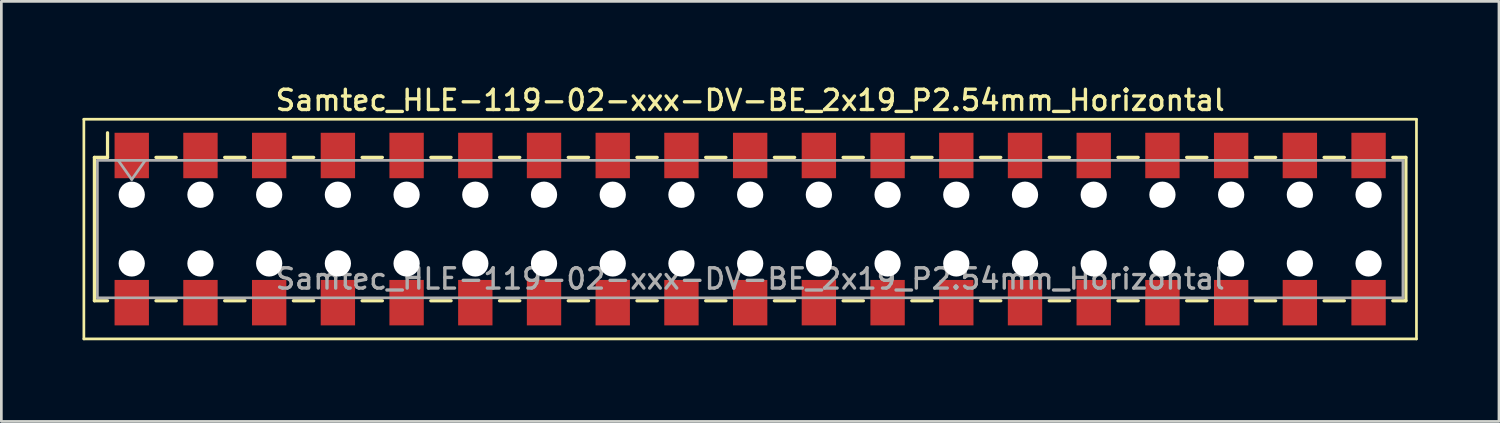
<source format=kicad_pcb>
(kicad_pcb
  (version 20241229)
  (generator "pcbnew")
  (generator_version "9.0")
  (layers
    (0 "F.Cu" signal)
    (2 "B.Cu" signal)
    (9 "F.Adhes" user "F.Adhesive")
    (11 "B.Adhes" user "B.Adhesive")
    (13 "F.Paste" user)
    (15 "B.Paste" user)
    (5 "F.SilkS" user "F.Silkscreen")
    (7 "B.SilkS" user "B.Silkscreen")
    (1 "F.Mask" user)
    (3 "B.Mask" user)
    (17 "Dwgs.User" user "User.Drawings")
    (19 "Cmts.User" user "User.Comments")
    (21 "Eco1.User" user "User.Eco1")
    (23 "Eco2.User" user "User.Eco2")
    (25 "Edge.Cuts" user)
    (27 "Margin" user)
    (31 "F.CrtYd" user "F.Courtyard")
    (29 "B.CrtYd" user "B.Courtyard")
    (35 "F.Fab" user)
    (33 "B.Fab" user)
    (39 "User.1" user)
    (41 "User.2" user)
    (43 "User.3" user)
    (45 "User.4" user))
  (footprint "Samtec_HLE-119-02-xxx-DV-BE_2x19_P2.54mm_Horizontal"
    (layer "F.Cu")
    (at 24.68 5.418)
    (property "Reference" "Samtec_HLE-119-02-xxx-DV-BE_2x19_P2.54mm_Horizontal" (at 0 -4.76 0) (layer "F.SilkS") (effects (font (size 0.75 0.75) (thickness 0.125))))
    (attr smd)
    (fp_line (start -24.63 -4.06) (end 24.63 -4.06) (stroke (width 0.1) (type solid)) (layer "F.SilkS"))
    (fp_line (start -24.63 4.06) (end -24.63 -4.06) (stroke (width 0.1) (type solid)) (layer "F.SilkS"))
    (fp_line (start -24.24 -2.65) (end -24.24 2.65) (stroke (width 0.12) (type solid)) (layer "F.SilkS"))
    (fp_line (start -24.24 2.65) (end -23.755 2.65) (stroke (width 0.12) (type solid)) (layer "F.SilkS"))
    (fp_line (start -23.755 -3.56) (end -23.755 -2.65) (stroke (width 0.12) (type solid)) (layer "F.SilkS"))
    (fp_line (start -23.755 -2.65) (end -24.24 -2.65) (stroke (width 0.12) (type solid)) (layer "F.SilkS"))
    (fp_line (start -21.965 -2.65) (end -21.215 -2.65) (stroke (width 0.12) (type solid)) (layer "F.SilkS"))
    (fp_line (start -21.965 2.65) (end -21.215 2.65) (stroke (width 0.12) (type solid)) (layer "F.SilkS"))
    (fp_line (start -19.425 -2.65) (end -18.675 -2.65) (stroke (width 0.12) (type solid)) (layer "F.SilkS"))
    (fp_line (start -19.425 2.65) (end -18.675 2.65) (stroke (width 0.12) (type solid)) (layer "F.SilkS"))
    (fp_line (start -16.885 -2.65) (end -16.135 -2.65) (stroke (width 0.12) (type solid)) (layer "F.SilkS"))
    (fp_line (start -16.885 2.65) (end -16.135 2.65) (stroke (width 0.12) (type solid)) (layer "F.SilkS"))
    (fp_line (start -14.345 -2.65) (end -13.595 -2.65) (stroke (width 0.12) (type solid)) (layer "F.SilkS"))
    (fp_line (start -14.345 2.65) (end -13.595 2.65) (stroke (width 0.12) (type solid)) (layer "F.SilkS"))
    (fp_line (start -11.805 -2.65) (end -11.055 -2.65) (stroke (width 0.12) (type solid)) (layer "F.SilkS"))
    (fp_line (start -11.805 2.65) (end -11.055 2.65) (stroke (width 0.12) (type solid)) (layer "F.SilkS"))
    (fp_line (start -9.265 -2.65) (end -8.515 -2.65) (stroke (width 0.12) (type solid)) (layer "F.SilkS"))
    (fp_line (start -9.265 2.65) (end -8.515 2.65) (stroke (width 0.12) (type solid)) (layer "F.SilkS"))
    (fp_line (start -6.725 -2.65) (end -5.975 -2.65) (stroke (width 0.12) (type solid)) (layer "F.SilkS"))
    (fp_line (start -6.725 2.65) (end -5.975 2.65) (stroke (width 0.12) (type solid)) (layer "F.SilkS"))
    (fp_line (start -4.185 -2.65) (end -3.435 -2.65) (stroke (width 0.12) (type solid)) (layer "F.SilkS"))
    (fp_line (start -4.185 2.65) (end -3.435 2.65) (stroke (width 0.12) (type solid)) (layer "F.SilkS"))
    (fp_line (start -1.645 -2.65) (end -0.895 -2.65) (stroke (width 0.12) (type solid)) (layer "F.SilkS"))
    (fp_line (start -1.645 2.65) (end -0.895 2.65) (stroke (width 0.12) (type solid)) (layer "F.SilkS"))
    (fp_line (start 0.895 -2.65) (end 1.645 -2.65) (stroke (width 0.12) (type solid)) (layer "F.SilkS"))
    (fp_line (start 0.895 2.65) (end 1.645 2.65) (stroke (width 0.12) (type solid)) (layer "F.SilkS"))
    (fp_line (start 3.435 -2.65) (end 4.185 -2.65) (stroke (width 0.12) (type solid)) (layer "F.SilkS"))
    (fp_line (start 3.435 2.65) (end 4.185 2.65) (stroke (width 0.12) (type solid)) (layer "F.SilkS"))
    (fp_line (start 5.975 -2.65) (end 6.725 -2.65) (stroke (width 0.12) (type solid)) (layer "F.SilkS"))
    (fp_line (start 5.975 2.65) (end 6.725 2.65) (stroke (width 0.12) (type solid)) (layer "F.SilkS"))
    (fp_line (start 8.515 -2.65) (end 9.265 -2.65) (stroke (width 0.12) (type solid)) (layer "F.SilkS"))
    (fp_line (start 8.515 2.65) (end 9.265 2.65) (stroke (width 0.12) (type solid)) (layer "F.SilkS"))
    (fp_line (start 11.055 -2.65) (end 11.805 -2.65) (stroke (width 0.12) (type solid)) (layer "F.SilkS"))
    (fp_line (start 11.055 2.65) (end 11.805 2.65) (stroke (width 0.12) (type solid)) (layer "F.SilkS"))
    (fp_line (start 13.595 -2.65) (end 14.345 -2.65) (stroke (width 0.12) (type solid)) (layer "F.SilkS"))
    (fp_line (start 13.595 2.65) (end 14.345 2.65) (stroke (width 0.12) (type solid)) (layer "F.SilkS"))
    (fp_line (start 16.135 -2.65) (end 16.885 -2.65) (stroke (width 0.12) (type solid)) (layer "F.SilkS"))
    (fp_line (start 16.135 2.65) (end 16.885 2.65) (stroke (width 0.12) (type solid)) (layer "F.SilkS"))
    (fp_line (start 18.675 -2.65) (end 19.425 -2.65) (stroke (width 0.12) (type solid)) (layer "F.SilkS"))
    (fp_line (start 18.675 2.65) (end 19.425 2.65) (stroke (width 0.12) (type solid)) (layer "F.SilkS"))
    (fp_line (start 21.215 -2.65) (end 21.965 -2.65) (stroke (width 0.12) (type solid)) (layer "F.SilkS"))
    (fp_line (start 21.215 2.65) (end 21.965 2.65) (stroke (width 0.12) (type solid)) (layer "F.SilkS"))
    (fp_line (start 23.755 -2.65) (end 24.24 -2.65) (stroke (width 0.12) (type solid)) (layer "F.SilkS"))
    (fp_line (start 24.24 -2.65) (end 24.24 2.65) (stroke (width 0.12) (type solid)) (layer "F.SilkS"))
    (fp_line (start 24.24 2.65) (end 23.755 2.65) (stroke (width 0.12) (type solid)) (layer "F.SilkS"))
    (fp_line (start 24.63 -4.06) (end 24.63 4.06) (stroke (width 0.1) (type solid)) (layer "F.SilkS"))
    (fp_line (start 24.63 4.06) (end -24.63 4.06) (stroke (width 0.1) (type solid)) (layer "F.SilkS"))
    (fp_line (start -24.13 -2.54) (end 24.13 -2.54) (stroke (width 0.1) (type solid)) (layer "F.Fab"))
    (fp_line (start -24.13 2.54) (end -24.13 -2.54) (stroke (width 0.1) (type solid)) (layer "F.Fab"))
    (fp_line (start -23.36 -2.54) (end -22.86 -1.833) (stroke (width 0.1) (type solid)) (layer "F.Fab"))
    (fp_line (start -22.86 -1.833) (end -22.36 -2.54) (stroke (width 0.1) (type solid)) (layer "F.Fab"))
    (fp_line (start 24.13 -2.54) (end 24.13 2.54) (stroke (width 0.1) (type solid)) (layer "F.Fab"))
    (fp_line (start 24.13 2.54) (end -24.13 2.54) (stroke (width 0.1) (type solid)) (layer "F.Fab"))
    (fp_text user "${REFERENCE}" (at 0 1.84 0) (layer "F.Fab") (effects (font (size 0.75 0.75) (thickness 0.125))))
    (pad "" np_thru_hole circle (at -22.86 -1.27) (size 0.97 0.97) (drill 0.97) (layers "*.Cu" "*.Mask"))
    (pad "" np_thru_hole circle (at -22.86 1.27) (size 0.97 0.97) (drill 0.97) (layers "*.Cu" "*.Mask"))
    (pad "" np_thru_hole circle (at -20.32 -1.27) (size 0.97 0.97) (drill 0.97) (layers "*.Cu" "*.Mask"))
    (pad "" np_thru_hole circle (at -20.32 1.27) (size 0.97 0.97) (drill 0.97) (layers "*.Cu" "*.Mask"))
    (pad "" np_thru_hole circle (at -17.78 -1.27) (size 0.97 0.97) (drill 0.97) (layers "*.Cu" "*.Mask"))
    (pad "" np_thru_hole circle (at -17.78 1.27) (size 0.97 0.97) (drill 0.97) (layers "*.Cu" "*.Mask"))
    (pad "" np_thru_hole circle (at -15.24 -1.27) (size 0.97 0.97) (drill 0.97) (layers "*.Cu" "*.Mask"))
    (pad "" np_thru_hole circle (at -15.24 1.27) (size 0.97 0.97) (drill 0.97) (layers "*.Cu" "*.Mask"))
    (pad "" np_thru_hole circle (at -12.7 -1.27) (size 0.97 0.97) (drill 0.97) (layers "*.Cu" "*.Mask"))
    (pad "" np_thru_hole circle (at -12.7 1.27) (size 0.97 0.97) (drill 0.97) (layers "*.Cu" "*.Mask"))
    (pad "" np_thru_hole circle (at -10.16 -1.27) (size 0.97 0.97) (drill 0.97) (layers "*.Cu" "*.Mask"))
    (pad "" np_thru_hole circle (at -10.16 1.27) (size 0.97 0.97) (drill 0.97) (layers "*.Cu" "*.Mask"))
    (pad "" np_thru_hole circle (at -7.62 -1.27) (size 0.97 0.97) (drill 0.97) (layers "*.Cu" "*.Mask"))
    (pad "" np_thru_hole circle (at -7.62 1.27) (size 0.97 0.97) (drill 0.97) (layers "*.Cu" "*.Mask"))
    (pad "" np_thru_hole circle (at -5.08 -1.27) (size 0.97 0.97) (drill 0.97) (layers "*.Cu" "*.Mask"))
    (pad "" np_thru_hole circle (at -5.08 1.27) (size 0.97 0.97) (drill 0.97) (layers "*.Cu" "*.Mask"))
    (pad "" np_thru_hole circle (at -2.54 -1.27) (size 0.97 0.97) (drill 0.97) (layers "*.Cu" "*.Mask"))
    (pad "" np_thru_hole circle (at -2.54 1.27) (size 0.97 0.97) (drill 0.97) (layers "*.Cu" "*.Mask"))
    (pad "" np_thru_hole circle (at 0 -1.27) (size 0.97 0.97) (drill 0.97) (layers "*.Cu" "*.Mask"))
    (pad "" np_thru_hole circle (at 0 1.27) (size 0.97 0.97) (drill 0.97) (layers "*.Cu" "*.Mask"))
    (pad "" np_thru_hole circle (at 2.54 -1.27) (size 0.97 0.97) (drill 0.97) (layers "*.Cu" "*.Mask"))
    (pad "" np_thru_hole circle (at 2.54 1.27) (size 0.97 0.97) (drill 0.97) (layers "*.Cu" "*.Mask"))
    (pad "" np_thru_hole circle (at 5.08 -1.27) (size 0.97 0.97) (drill 0.97) (layers "*.Cu" "*.Mask"))
    (pad "" np_thru_hole circle (at 5.08 1.27) (size 0.97 0.97) (drill 0.97) (layers "*.Cu" "*.Mask"))
    (pad "" np_thru_hole circle (at 7.62 -1.27) (size 0.97 0.97) (drill 0.97) (layers "*.Cu" "*.Mask"))
    (pad "" np_thru_hole circle (at 7.62 1.27) (size 0.97 0.97) (drill 0.97) (layers "*.Cu" "*.Mask"))
    (pad "" np_thru_hole circle (at 10.16 -1.27) (size 0.97 0.97) (drill 0.97) (layers "*.Cu" "*.Mask"))
    (pad "" np_thru_hole circle (at 10.16 1.27) (size 0.97 0.97) (drill 0.97) (layers "*.Cu" "*.Mask"))
    (pad "" np_thru_hole circle (at 12.7 -1.27) (size 0.97 0.97) (drill 0.97) (layers "*.Cu" "*.Mask"))
    (pad "" np_thru_hole circle (at 12.7 1.27) (size 0.97 0.97) (drill 0.97) (layers "*.Cu" "*.Mask"))
    (pad "" np_thru_hole circle (at 15.24 -1.27) (size 0.97 0.97) (drill 0.97) (layers "*.Cu" "*.Mask"))
    (pad "" np_thru_hole circle (at 15.24 1.27) (size 0.97 0.97) (drill 0.97) (layers "*.Cu" "*.Mask"))
    (pad "" np_thru_hole circle (at 17.78 -1.27) (size 0.97 0.97) (drill 0.97) (layers "*.Cu" "*.Mask"))
    (pad "" np_thru_hole circle (at 17.78 1.27) (size 0.97 0.97) (drill 0.97) (layers "*.Cu" "*.Mask"))
    (pad "" np_thru_hole circle (at 20.32 -1.27) (size 0.97 0.97) (drill 0.97) (layers "*.Cu" "*.Mask"))
    (pad "" np_thru_hole circle (at 20.32 1.27) (size 0.97 0.97) (drill 0.97) (layers "*.Cu" "*.Mask"))
    (pad "" np_thru_hole circle (at 22.86 -1.27) (size 0.97 0.97) (drill 0.97) (layers "*.Cu" "*.Mask"))
    (pad "" np_thru_hole circle (at 22.86 1.27) (size 0.97 0.97) (drill 0.97) (layers "*.Cu" "*.Mask"))
    (pad "1" smd rect (at -22.86 -2.72) (size 1.27 1.68) (layers "F.Cu" "F.Mask" "F.Paste"))
    (pad "2" smd rect (at -22.86 2.72) (size 1.27 1.68) (layers "F.Cu" "F.Mask" "F.Paste"))
    (pad "3" smd rect (at -20.32 -2.72) (size 1.27 1.68) (layers "F.Cu" "F.Mask" "F.Paste"))
    (pad "4" smd rect (at -20.32 2.72) (size 1.27 1.68) (layers "F.Cu" "F.Mask" "F.Paste"))
    (pad "5" smd rect (at -17.78 -2.72) (size 1.27 1.68) (layers "F.Cu" "F.Mask" "F.Paste"))
    (pad "6" smd rect (at -17.78 2.72) (size 1.27 1.68) (layers "F.Cu" "F.Mask" "F.Paste"))
    (pad "7" smd rect (at -15.24 -2.72) (size 1.27 1.68) (layers "F.Cu" "F.Mask" "F.Paste"))
    (pad "8" smd rect (at -15.24 2.72) (size 1.27 1.68) (layers "F.Cu" "F.Mask" "F.Paste"))
    (pad "9" smd rect (at -12.7 -2.72) (size 1.27 1.68) (layers "F.Cu" "F.Mask" "F.Paste"))
    (pad "10" smd rect (at -12.7 2.72) (size 1.27 1.68) (layers "F.Cu" "F.Mask" "F.Paste"))
    (pad "11" smd rect (at -10.16 -2.72) (size 1.27 1.68) (layers "F.Cu" "F.Mask" "F.Paste"))
    (pad "12" smd rect (at -10.16 2.72) (size 1.27 1.68) (layers "F.Cu" "F.Mask" "F.Paste"))
    (pad "13" smd rect (at -7.62 -2.72) (size 1.27 1.68) (layers "F.Cu" "F.Mask" "F.Paste"))
    (pad "14" smd rect (at -7.62 2.72) (size 1.27 1.68) (layers "F.Cu" "F.Mask" "F.Paste"))
    (pad "15" smd rect (at -5.08 -2.72) (size 1.27 1.68) (layers "F.Cu" "F.Mask" "F.Paste"))
    (pad "16" smd rect (at -5.08 2.72) (size 1.27 1.68) (layers "F.Cu" "F.Mask" "F.Paste"))
    (pad "17" smd rect (at -2.54 -2.72) (size 1.27 1.68) (layers "F.Cu" "F.Mask" "F.Paste"))
    (pad "18" smd rect (at -2.54 2.72) (size 1.27 1.68) (layers "F.Cu" "F.Mask" "F.Paste"))
    (pad "19" smd rect (at 0 -2.72) (size 1.27 1.68) (layers "F.Cu" "F.Mask" "F.Paste"))
    (pad "20" smd rect (at 0 2.72) (size 1.27 1.68) (layers "F.Cu" "F.Mask" "F.Paste"))
    (pad "21" smd rect (at 2.54 -2.72) (size 1.27 1.68) (layers "F.Cu" "F.Mask" "F.Paste"))
    (pad "22" smd rect (at 2.54 2.72) (size 1.27 1.68) (layers "F.Cu" "F.Mask" "F.Paste"))
    (pad "23" smd rect (at 5.08 -2.72) (size 1.27 1.68) (layers "F.Cu" "F.Mask" "F.Paste"))
    (pad "24" smd rect (at 5.08 2.72) (size 1.27 1.68) (layers "F.Cu" "F.Mask" "F.Paste"))
    (pad "25" smd rect (at 7.62 -2.72) (size 1.27 1.68) (layers "F.Cu" "F.Mask" "F.Paste"))
    (pad "26" smd rect (at 7.62 2.72) (size 1.27 1.68) (layers "F.Cu" "F.Mask" "F.Paste"))
    (pad "27" smd rect (at 10.16 -2.72) (size 1.27 1.68) (layers "F.Cu" "F.Mask" "F.Paste"))
    (pad "28" smd rect (at 10.16 2.72) (size 1.27 1.68) (layers "F.Cu" "F.Mask" "F.Paste"))
    (pad "29" smd rect (at 12.7 -2.72) (size 1.27 1.68) (layers "F.Cu" "F.Mask" "F.Paste"))
    (pad "30" smd rect (at 12.7 2.72) (size 1.27 1.68) (layers "F.Cu" "F.Mask" "F.Paste"))
    (pad "31" smd rect (at 15.24 -2.72) (size 1.27 1.68) (layers "F.Cu" "F.Mask" "F.Paste"))
    (pad "32" smd rect (at 15.24 2.72) (size 1.27 1.68) (layers "F.Cu" "F.Mask" "F.Paste"))
    (pad "33" smd rect (at 17.78 -2.72) (size 1.27 1.68) (layers "F.Cu" "F.Mask" "F.Paste"))
    (pad "34" smd rect (at 17.78 2.72) (size 1.27 1.68) (layers "F.Cu" "F.Mask" "F.Paste"))
    (pad "35" smd rect (at 20.32 -2.72) (size 1.27 1.68) (layers "F.Cu" "F.Mask" "F.Paste"))
    (pad "36" smd rect (at 20.32 2.72) (size 1.27 1.68) (layers "F.Cu" "F.Mask" "F.Paste"))
    (pad "37" smd rect (at 22.86 -2.72) (size 1.27 1.68) (layers "F.Cu" "F.Mask" "F.Paste"))
    (pad "38" smd rect (at 22.86 2.72) (size 1.27 1.68) (layers "F.Cu" "F.Mask" "F.Paste")))
  (gr_rect
    (start -3 -3)
    (end 52.36 12.528)
    (stroke (width 0.1) (type default))
    (fill no)
    (layer "Edge.Cuts")))
</source>
